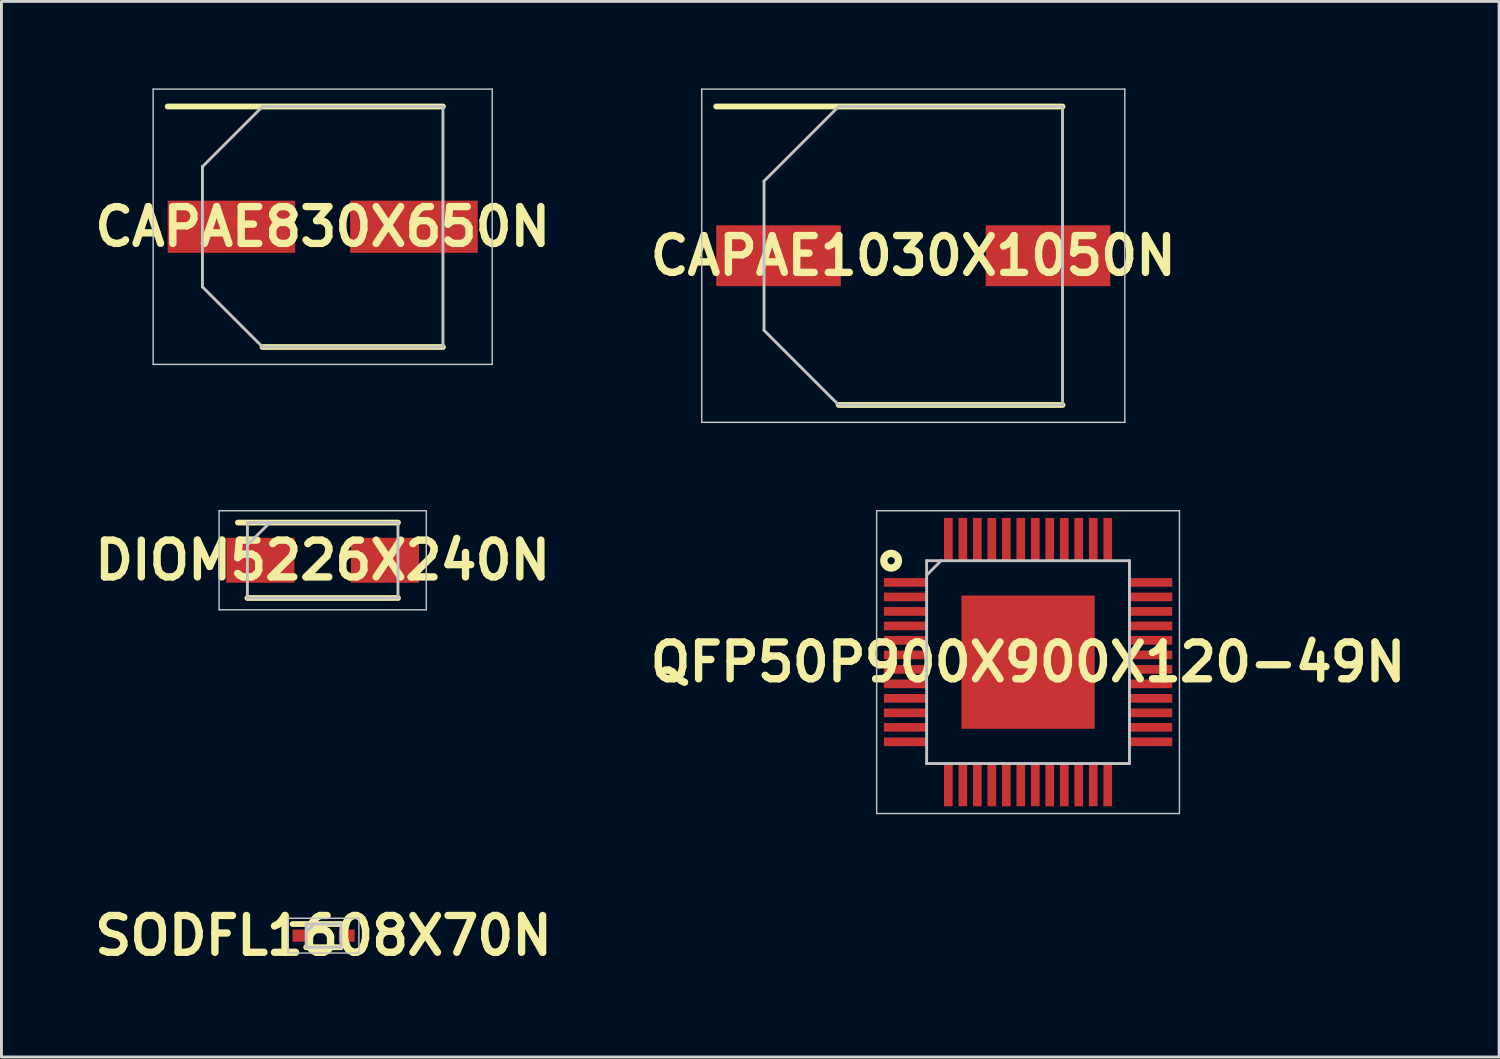
<source format=kicad_pcb>
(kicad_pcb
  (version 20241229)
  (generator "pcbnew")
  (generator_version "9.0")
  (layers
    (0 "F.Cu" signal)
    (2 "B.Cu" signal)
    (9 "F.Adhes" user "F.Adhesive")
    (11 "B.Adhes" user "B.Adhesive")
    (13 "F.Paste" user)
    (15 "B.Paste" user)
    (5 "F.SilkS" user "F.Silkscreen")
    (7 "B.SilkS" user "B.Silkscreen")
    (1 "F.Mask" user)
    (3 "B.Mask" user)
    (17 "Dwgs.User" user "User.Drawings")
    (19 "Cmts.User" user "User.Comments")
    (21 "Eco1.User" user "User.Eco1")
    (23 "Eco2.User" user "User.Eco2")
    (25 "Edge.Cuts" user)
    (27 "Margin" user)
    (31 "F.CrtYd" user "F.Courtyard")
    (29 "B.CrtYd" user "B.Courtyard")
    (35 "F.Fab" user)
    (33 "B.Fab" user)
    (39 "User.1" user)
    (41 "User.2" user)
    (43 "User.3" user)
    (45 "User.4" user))
  (footprint "QFP50P900X900X120-49N"
    (layer "F.Cu")
    (at 32.428 19.8)
    (property "Reference" "QFP50P900X900X120-49N" (at 0 0 0) (layer "F.SilkS") (effects (font (size 1.27 1.27) (thickness 0.254))))
    (attr smd)
    (fp_circle (center -4.725 -3.5) (end -4.85 -3.5) (stroke (width 0.254) (type solid)) (fill no) (layer "F.SilkS"))
    (fp_line (start -5.225 -5.225) (end 5.225 -5.225) (stroke (width 0.05) (type solid)) (layer "Dwgs.User"))
    (fp_line (start -5.225 5.225) (end -5.225 -5.225) (stroke (width 0.05) (type solid)) (layer "Dwgs.User"))
    (fp_line (start -3.5 -3.5) (end 3.5 -3.5) (stroke (width 0.1) (type solid)) (layer "Dwgs.User"))
    (fp_line (start -3.5 -3) (end -3 -3.5) (stroke (width 0.1) (type solid)) (layer "Dwgs.User"))
    (fp_line (start -3.5 3.5) (end -3.5 -3.5) (stroke (width 0.1) (type solid)) (layer "Dwgs.User"))
    (fp_line (start 3.5 -3.5) (end 3.5 3.5) (stroke (width 0.1) (type solid)) (layer "Dwgs.User"))
    (fp_line (start 3.5 3.5) (end -3.5 3.5) (stroke (width 0.1) (type solid)) (layer "Dwgs.User"))
    (fp_line (start 5.225 -5.225) (end 5.225 5.225) (stroke (width 0.05) (type solid)) (layer "Dwgs.User"))
    (fp_line (start 5.225 5.225) (end -5.225 5.225) (stroke (width 0.05) (type solid)) (layer "Dwgs.User"))
    (pad "1" smd rect (at -4.238 -2.75 90) (size 0.3 1.475) (layers "F.Cu" "F.Mask" "F.Paste"))
    (pad "2" smd rect (at -4.238 -2.25 90) (size 0.3 1.475) (layers "F.Cu" "F.Mask" "F.Paste"))
    (pad "3" smd rect (at -4.238 -1.75 90) (size 0.3 1.475) (layers "F.Cu" "F.Mask" "F.Paste"))
    (pad "4" smd rect (at -4.238 -1.25 90) (size 0.3 1.475) (layers "F.Cu" "F.Mask" "F.Paste"))
    (pad "5" smd rect (at -4.238 -0.75 90) (size 0.3 1.475) (layers "F.Cu" "F.Mask" "F.Paste"))
    (pad "6" smd rect (at -4.238 -0.25 90) (size 0.3 1.475) (layers "F.Cu" "F.Mask" "F.Paste"))
    (pad "7" smd rect (at -4.238 0.25 90) (size 0.3 1.475) (layers "F.Cu" "F.Mask" "F.Paste"))
    (pad "8" smd rect (at -4.238 0.75 90) (size 0.3 1.475) (layers "F.Cu" "F.Mask" "F.Paste"))
    (pad "9" smd rect (at -4.238 1.25 90) (size 0.3 1.475) (layers "F.Cu" "F.Mask" "F.Paste"))
    (pad "10" smd rect (at -4.238 1.75 90) (size 0.3 1.475) (layers "F.Cu" "F.Mask" "F.Paste"))
    (pad "11" smd rect (at -4.238 2.25 90) (size 0.3 1.475) (layers "F.Cu" "F.Mask" "F.Paste"))
    (pad "12" smd rect (at -4.238 2.75 90) (size 0.3 1.475) (layers "F.Cu" "F.Mask" "F.Paste"))
    (pad "13" smd rect (at -2.75 4.238) (size 0.3 1.475) (layers "F.Cu" "F.Mask" "F.Paste"))
    (pad "14" smd rect (at -2.25 4.238) (size 0.3 1.475) (layers "F.Cu" "F.Mask" "F.Paste"))
    (pad "15" smd rect (at -1.75 4.238) (size 0.3 1.475) (layers "F.Cu" "F.Mask" "F.Paste"))
    (pad "16" smd rect (at -1.25 4.238) (size 0.3 1.475) (layers "F.Cu" "F.Mask" "F.Paste"))
    (pad "17" smd rect (at -0.75 4.238) (size 0.3 1.475) (layers "F.Cu" "F.Mask" "F.Paste"))
    (pad "18" smd rect (at -0.25 4.238) (size 0.3 1.475) (layers "F.Cu" "F.Mask" "F.Paste"))
    (pad "19" smd rect (at 0.25 4.238) (size 0.3 1.475) (layers "F.Cu" "F.Mask" "F.Paste"))
    (pad "20" smd rect (at 0.75 4.238) (size 0.3 1.475) (layers "F.Cu" "F.Mask" "F.Paste"))
    (pad "21" smd rect (at 1.25 4.238) (size 0.3 1.475) (layers "F.Cu" "F.Mask" "F.Paste"))
    (pad "22" smd rect (at 1.75 4.238) (size 0.3 1.475) (layers "F.Cu" "F.Mask" "F.Paste"))
    (pad "23" smd rect (at 2.25 4.238) (size 0.3 1.475) (layers "F.Cu" "F.Mask" "F.Paste"))
    (pad "24" smd rect (at 2.75 4.238) (size 0.3 1.475) (layers "F.Cu" "F.Mask" "F.Paste"))
    (pad "25" smd rect (at 4.238 2.75 90) (size 0.3 1.475) (layers "F.Cu" "F.Mask" "F.Paste"))
    (pad "26" smd rect (at 4.238 2.25 90) (size 0.3 1.475) (layers "F.Cu" "F.Mask" "F.Paste"))
    (pad "27" smd rect (at 4.238 1.75 90) (size 0.3 1.475) (layers "F.Cu" "F.Mask" "F.Paste"))
    (pad "28" smd rect (at 4.238 1.25 90) (size 0.3 1.475) (layers "F.Cu" "F.Mask" "F.Paste"))
    (pad "29" smd rect (at 4.238 0.75 90) (size 0.3 1.475) (layers "F.Cu" "F.Mask" "F.Paste"))
    (pad "30" smd rect (at 4.238 0.25 90) (size 0.3 1.475) (layers "F.Cu" "F.Mask" "F.Paste"))
    (pad "31" smd rect (at 4.238 -0.25 90) (size 0.3 1.475) (layers "F.Cu" "F.Mask" "F.Paste"))
    (pad "32" smd rect (at 4.238 -0.75 90) (size 0.3 1.475) (layers "F.Cu" "F.Mask" "F.Paste"))
    (pad "33" smd rect (at 4.238 -1.25 90) (size 0.3 1.475) (layers "F.Cu" "F.Mask" "F.Paste"))
    (pad "34" smd rect (at 4.238 -1.75 90) (size 0.3 1.475) (layers "F.Cu" "F.Mask" "F.Paste"))
    (pad "35" smd rect (at 4.238 -2.25 90) (size 0.3 1.475) (layers "F.Cu" "F.Mask" "F.Paste"))
    (pad "36" smd rect (at 4.238 -2.75 90) (size 0.3 1.475) (layers "F.Cu" "F.Mask" "F.Paste"))
    (pad "37" smd rect (at 2.75 -4.238) (size 0.3 1.475) (layers "F.Cu" "F.Mask" "F.Paste"))
    (pad "38" smd rect (at 2.25 -4.238) (size 0.3 1.475) (layers "F.Cu" "F.Mask" "F.Paste"))
    (pad "39" smd rect (at 1.75 -4.238) (size 0.3 1.475) (layers "F.Cu" "F.Mask" "F.Paste"))
    (pad "40" smd rect (at 1.25 -4.238) (size 0.3 1.475) (layers "F.Cu" "F.Mask" "F.Paste"))
    (pad "41" smd rect (at 0.75 -4.238) (size 0.3 1.475) (layers "F.Cu" "F.Mask" "F.Paste"))
    (pad "42" smd rect (at 0.25 -4.238) (size 0.3 1.475) (layers "F.Cu" "F.Mask" "F.Paste"))
    (pad "43" smd rect (at -0.25 -4.238) (size 0.3 1.475) (layers "F.Cu" "F.Mask" "F.Paste"))
    (pad "44" smd rect (at -0.75 -4.238) (size 0.3 1.475) (layers "F.Cu" "F.Mask" "F.Paste"))
    (pad "45" smd rect (at -1.25 -4.238) (size 0.3 1.475) (layers "F.Cu" "F.Mask" "F.Paste"))
    (pad "46" smd rect (at -1.75 -4.238) (size 0.3 1.475) (layers "F.Cu" "F.Mask" "F.Paste"))
    (pad "47" smd rect (at -2.25 -4.238) (size 0.3 1.475) (layers "F.Cu" "F.Mask" "F.Paste"))
    (pad "48" smd rect (at -2.75 -4.238) (size 0.3 1.475) (layers "F.Cu" "F.Mask" "F.Paste"))
    (pad "49" smd rect (at 0 0) (size 4.6 4.6) (layers "F.Cu" "F.Mask" "F.Paste")))
  (footprint "SODFL1608X70N"
    (layer "F.Cu")
    (at 8.116 29.239)
    (property "Reference" "SODFL1608X70N" (at 0 0 0) (layer "F.SilkS") (effects (font (size 1.27 1.27) (thickness 0.254))))
    (attr smd)
    (fp_line (start -1.07 -0.4) (end 0.6 -0.4) (stroke (width 0.2) (type solid)) (layer "F.SilkS"))
    (fp_line (start -0.6 0.4) (end 0.6 0.4) (stroke (width 0.2) (type solid)) (layer "F.SilkS"))
    (fp_line (start -1.22 -0.6) (end 1.22 -0.6) (stroke (width 0.05) (type solid)) (layer "Dwgs.User"))
    (fp_line (start -1.22 0.6) (end -1.22 -0.6) (stroke (width 0.05) (type solid)) (layer "Dwgs.User"))
    (fp_line (start -0.6 -0.4) (end 0.6 -0.4) (stroke (width 0.1) (type solid)) (layer "Dwgs.User"))
    (fp_line (start -0.6 -0.13) (end -0.33 -0.4) (stroke (width 0.1) (type solid)) (layer "Dwgs.User"))
    (fp_line (start -0.6 0.4) (end -0.6 -0.4) (stroke (width 0.1) (type solid)) (layer "Dwgs.User"))
    (fp_line (start 0.6 -0.4) (end 0.6 0.4) (stroke (width 0.1) (type solid)) (layer "Dwgs.User"))
    (fp_line (start 0.6 0.4) (end -0.6 0.4) (stroke (width 0.1) (type solid)) (layer "Dwgs.User"))
    (fp_line (start 1.22 -0.6) (end 1.22 0.6) (stroke (width 0.05) (type solid)) (layer "Dwgs.User"))
    (fp_line (start 1.22 0.6) (end -1.22 0.6) (stroke (width 0.05) (type solid)) (layer "Dwgs.User"))
    (pad "1" smd rect (at -0.8 0 90) (size 0.42 0.54) (layers "F.Cu" "F.Mask" "F.Paste"))
    (pad "2" smd rect (at 0.8 0 90) (size 0.42 0.54) (layers "F.Cu" "F.Mask" "F.Paste")))
  (footprint "CAPAE1030X1050N"
    (layer "F.Cu")
    (at 28.467 5.775)
    (property "Reference" "CAPAE1030X1050N" (at 0 0 0) (layer "F.SilkS") (effects (font (size 1.27 1.27) (thickness 0.254))))
    (attr smd)
    (fp_line (start -6.8 -5.15) (end 5.15 -5.15) (stroke (width 0.2) (type solid)) (layer "F.SilkS"))
    (fp_line (start -2.575 5.15) (end 5.15 5.15) (stroke (width 0.2) (type solid)) (layer "F.SilkS"))
    (fp_line (start -7.3 -5.75) (end 7.3 -5.75) (stroke (width 0.05) (type solid)) (layer "Dwgs.User"))
    (fp_line (start -7.3 5.75) (end -7.3 -5.75) (stroke (width 0.05) (type solid)) (layer "Dwgs.User"))
    (fp_line (start -5.15 -2.575) (end -5.15 2.575) (stroke (width 0.1) (type solid)) (layer "Dwgs.User"))
    (fp_line (start -5.15 2.575) (end -2.575 5.15) (stroke (width 0.1) (type solid)) (layer "Dwgs.User"))
    (fp_line (start -2.575 -5.15) (end -5.15 -2.575) (stroke (width 0.1) (type solid)) (layer "Dwgs.User"))
    (fp_line (start -2.575 5.15) (end 5.15 5.15) (stroke (width 0.1) (type solid)) (layer "Dwgs.User"))
    (fp_line (start 5.15 -5.15) (end -2.575 -5.15) (stroke (width 0.1) (type solid)) (layer "Dwgs.User"))
    (fp_line (start 5.15 5.15) (end 5.15 -5.15) (stroke (width 0.1) (type solid)) (layer "Dwgs.User"))
    (fp_line (start 7.3 -5.75) (end 7.3 5.75) (stroke (width 0.05) (type solid)) (layer "Dwgs.User"))
    (fp_line (start 7.3 5.75) (end -7.3 5.75) (stroke (width 0.05) (type solid)) (layer "Dwgs.User"))
    (pad "1" smd rect (at -4.65 0 90) (size 2.1 4.3) (layers "F.Cu" "F.Mask" "F.Paste"))
    (pad "2" smd rect (at 4.65 0 90) (size 2.1 4.3) (layers "F.Cu" "F.Mask" "F.Paste")))
  (footprint "CAPAE830X650N"
    (layer "F.Cu")
    (at 8.086 4.775)
    (property "Reference" "CAPAE830X650N" (at 0 0 0) (layer "F.SilkS") (effects (font (size 1.27 1.27) (thickness 0.254))))
    (attr smd)
    (fp_line (start -5.35 -4.15) (end 4.15 -4.15) (stroke (width 0.2) (type solid)) (layer "F.SilkS"))
    (fp_line (start -2.075 4.15) (end 4.15 4.15) (stroke (width 0.2) (type solid)) (layer "F.SilkS"))
    (fp_line (start -5.85 -4.75) (end 5.85 -4.75) (stroke (width 0.05) (type solid)) (layer "Dwgs.User"))
    (fp_line (start -5.85 4.75) (end -5.85 -4.75) (stroke (width 0.05) (type solid)) (layer "Dwgs.User"))
    (fp_line (start -4.15 -2.075) (end -4.15 2.075) (stroke (width 0.1) (type solid)) (layer "Dwgs.User"))
    (fp_line (start -4.15 2.075) (end -2.075 4.15) (stroke (width 0.1) (type solid)) (layer "Dwgs.User"))
    (fp_line (start -2.075 -4.15) (end -4.15 -2.075) (stroke (width 0.1) (type solid)) (layer "Dwgs.User"))
    (fp_line (start -2.075 4.15) (end 4.15 4.15) (stroke (width 0.1) (type solid)) (layer "Dwgs.User"))
    (fp_line (start 4.15 -4.15) (end -2.075 -4.15) (stroke (width 0.1) (type solid)) (layer "Dwgs.User"))
    (fp_line (start 4.15 4.15) (end 4.15 -4.15) (stroke (width 0.1) (type solid)) (layer "Dwgs.User"))
    (fp_line (start 5.85 -4.75) (end 5.85 4.75) (stroke (width 0.05) (type solid)) (layer "Dwgs.User"))
    (fp_line (start 5.85 4.75) (end -5.85 4.75) (stroke (width 0.05) (type solid)) (layer "Dwgs.User"))
    (pad "1" smd rect (at -3.15 0 90) (size 1.8 4.4) (layers "F.Cu" "F.Mask" "F.Paste"))
    (pad "2" smd rect (at 3.15 0 90) (size 1.8 4.4) (layers "F.Cu" "F.Mask" "F.Paste")))
  (footprint "DIOM5226X240N"
    (layer "F.Cu")
    (at 8.086 16.285)
    (property "Reference" "DIOM5226X240N" (at 0 0 0) (layer "F.SilkS") (effects (font (size 1.27 1.27) (thickness 0.254))))
    (attr smd)
    (fp_line (start -2.598 1.302) (end 2.598 1.302) (stroke (width 0.2) (type solid)) (layer "F.SilkS"))
    (fp_line (start 2.598 -1.302) (end -2.925 -1.302) (stroke (width 0.2) (type solid)) (layer "F.SilkS"))
    (fp_line (start -3.575 -1.71) (end 3.575 -1.71) (stroke (width 0.05) (type solid)) (layer "Dwgs.User"))
    (fp_line (start -3.575 1.71) (end -3.575 -1.71) (stroke (width 0.05) (type solid)) (layer "Dwgs.User"))
    (fp_line (start -2.598 -1.302) (end 2.598 -1.302) (stroke (width 0.1) (type solid)) (layer "Dwgs.User"))
    (fp_line (start -2.598 -0.528) (end -1.822 -1.302) (stroke (width 0.1) (type solid)) (layer "Dwgs.User"))
    (fp_line (start -2.598 1.302) (end -2.598 -1.302) (stroke (width 0.1) (type solid)) (layer "Dwgs.User"))
    (fp_line (start 2.598 -1.302) (end 2.598 1.302) (stroke (width 0.1) (type solid)) (layer "Dwgs.User"))
    (fp_line (start 2.598 1.302) (end -2.598 1.302) (stroke (width 0.1) (type solid)) (layer "Dwgs.User"))
    (fp_line (start 3.575 -1.71) (end 3.575 1.71) (stroke (width 0.05) (type solid)) (layer "Dwgs.User"))
    (fp_line (start 3.575 1.71) (end -3.575 1.71) (stroke (width 0.05) (type solid)) (layer "Dwgs.User"))
    (pad "1" smd rect (at -2.15 0 90) (size 1.55 2.35) (layers "F.Cu" "F.Mask" "F.Paste"))
    (pad "2" smd rect (at 2.15 0 90) (size 1.55 2.35) (layers "F.Cu" "F.Mask" "F.Paste")))
  (gr_rect
    (start -3 -3)
    (end 48.684 33.427)
    (stroke (width 0.1) (type default))
    (fill no)
    (layer "Edge.Cuts")))
</source>
